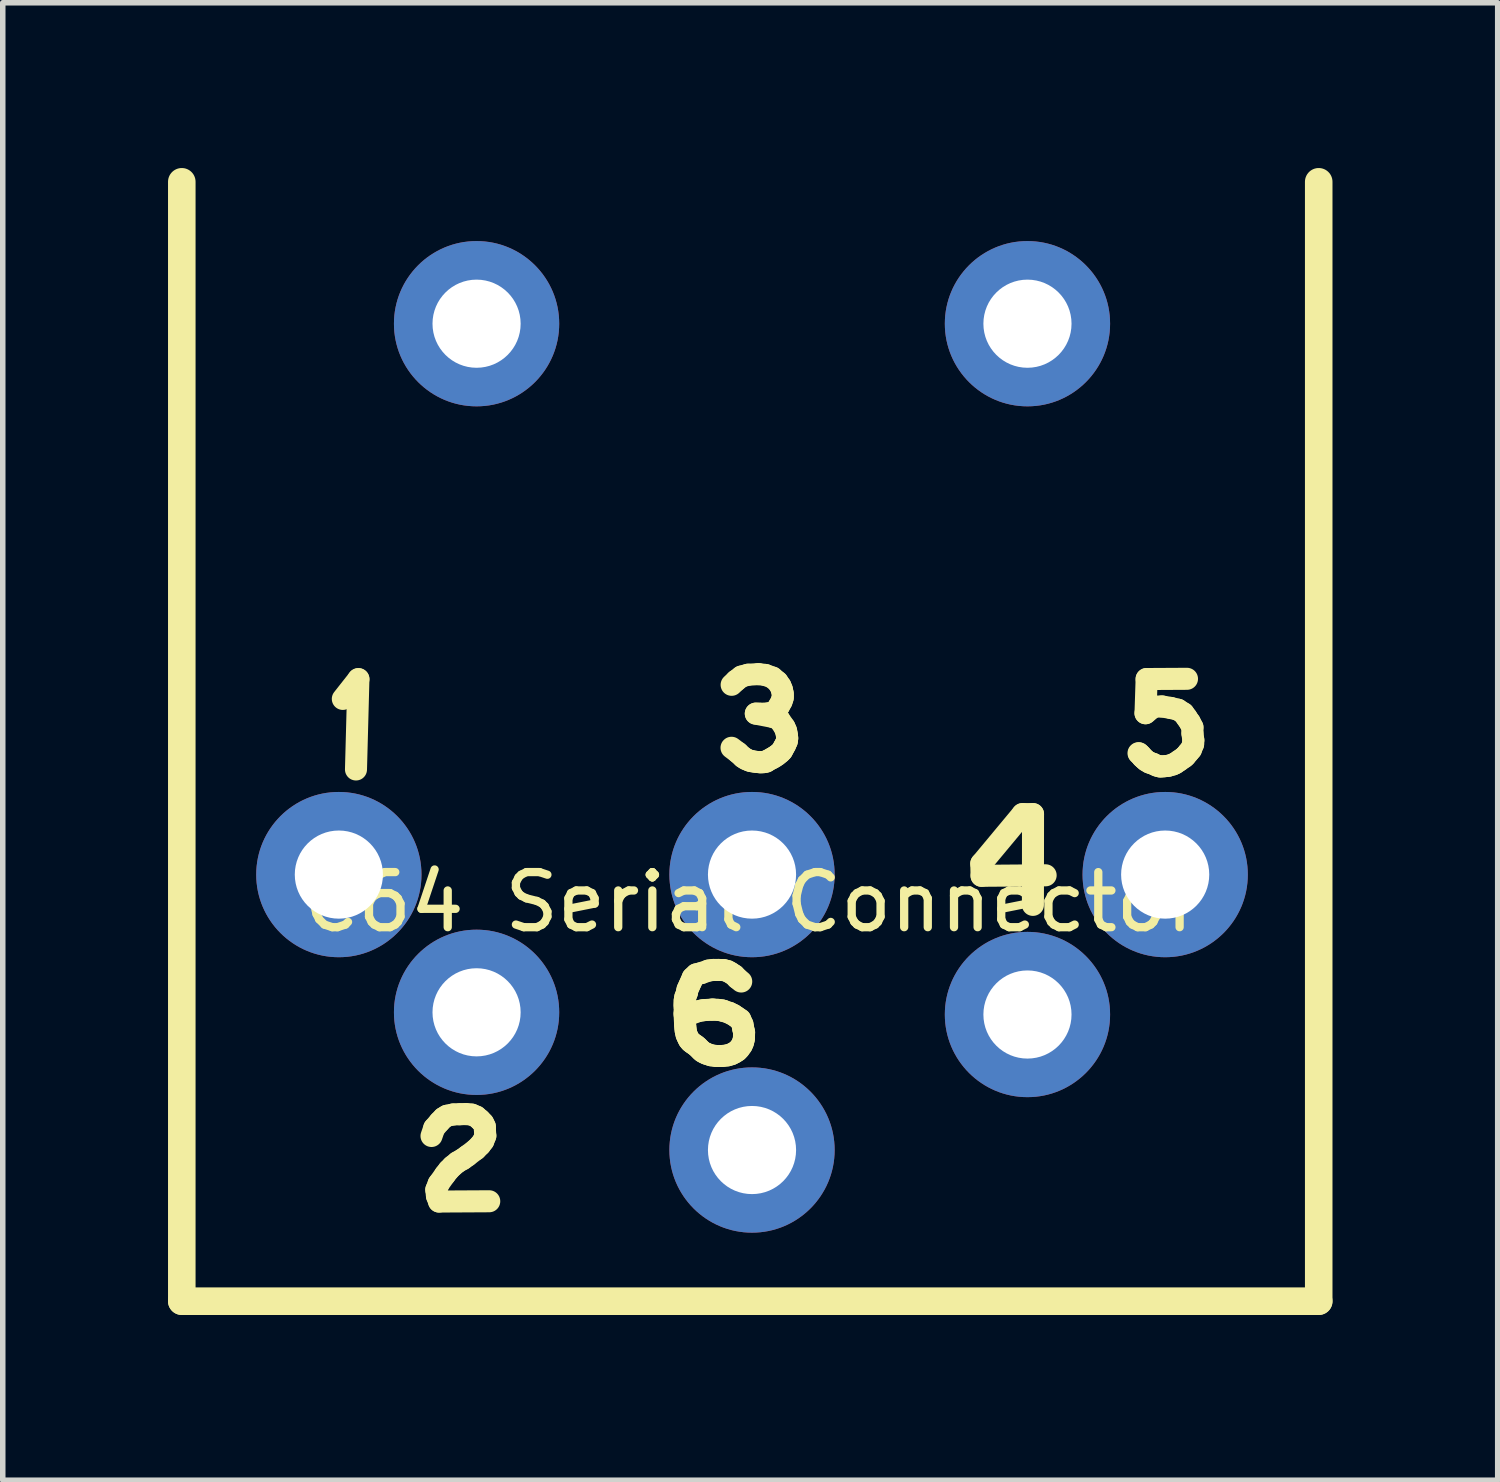
<source format=kicad_pcb>
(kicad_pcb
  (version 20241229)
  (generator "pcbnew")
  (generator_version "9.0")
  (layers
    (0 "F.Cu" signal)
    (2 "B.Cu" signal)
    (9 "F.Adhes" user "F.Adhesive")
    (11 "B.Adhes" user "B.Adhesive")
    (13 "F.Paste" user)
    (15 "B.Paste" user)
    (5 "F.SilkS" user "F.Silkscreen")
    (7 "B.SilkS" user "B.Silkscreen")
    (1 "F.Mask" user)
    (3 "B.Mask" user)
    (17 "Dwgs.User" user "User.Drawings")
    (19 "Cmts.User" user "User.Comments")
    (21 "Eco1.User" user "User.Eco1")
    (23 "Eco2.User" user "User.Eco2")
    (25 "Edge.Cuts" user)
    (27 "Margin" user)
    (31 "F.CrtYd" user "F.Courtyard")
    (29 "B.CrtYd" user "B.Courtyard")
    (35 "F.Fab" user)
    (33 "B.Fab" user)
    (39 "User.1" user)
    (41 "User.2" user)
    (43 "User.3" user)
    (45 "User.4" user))
  (footprint "C64 Serial Connector"
    (layer "F.Cu")
    (at 10.601 12.826)
    (property "Reference" "C64 Serial Connector" (at 0 0.5 0) (layer "F.SilkS") (effects (font (size 1 1) (thickness 0.15))))
    (attr through_hole)
    (fp_line (start -10.351 -12.576) (end -10.351 7.744) (stroke (width 0.5) (type solid)) (layer "F.SilkS"))
    (fp_line (start -10.351 7.744) (end 10.287 7.744) (stroke (width 0.5) (type solid)) (layer "F.SilkS"))
    (fp_line (start -7.428 -3.189) (end -7.145 -3.548) (stroke (width 0.4) (type solid)) (layer "F.SilkS"))
    (fp_line (start -7.145 -3.548) (end -7.189 -1.908) (stroke (width 0.4) (type solid)) (layer "F.SilkS"))
    (fp_line (start -5.818 4.745) (end -5.769 4.602) (stroke (width 0.4) (type solid)) (layer "F.SilkS"))
    (fp_line (start -5.769 4.602) (end -5.672 4.489) (stroke (width 0.4) (type solid)) (layer "F.SilkS"))
    (fp_line (start -5.731 5.721) (end -5.719 5.833) (stroke (width 0.4) (type solid)) (layer "F.SilkS"))
    (fp_line (start -5.719 5.833) (end -5.681 5.935) (stroke (width 0.4) (type solid)) (layer "F.SilkS"))
    (fp_line (start -5.689 5.612) (end -5.731 5.721) (stroke (width 0.4) (type solid)) (layer "F.SilkS"))
    (fp_line (start -5.681 5.935) (end -4.77 5.93) (stroke (width 0.4) (type solid)) (layer "F.SilkS"))
    (fp_line (start -5.672 4.489) (end -5.601 4.416) (stroke (width 0.4) (type solid)) (layer "F.SilkS"))
    (fp_line (start -5.601 4.416) (end -5.538 4.378) (stroke (width 0.4) (type solid)) (layer "F.SilkS"))
    (fp_line (start -5.571 5.447) (end -5.689 5.612) (stroke (width 0.4) (type solid)) (layer "F.SilkS"))
    (fp_line (start -5.538 4.378) (end -5.423 4.354) (stroke (width 0.4) (type solid)) (layer "F.SilkS"))
    (fp_line (start -5.507 5.365) (end -5.571 5.447) (stroke (width 0.4) (type solid)) (layer "F.SilkS"))
    (fp_line (start -5.437 5.294) (end -5.507 5.365) (stroke (width 0.4) (type solid)) (layer "F.SilkS"))
    (fp_line (start -5.423 4.354) (end -5.307 4.35) (stroke (width 0.4) (type solid)) (layer "F.SilkS"))
    (fp_line (start -5.347 5.221) (end -5.437 5.294) (stroke (width 0.4) (type solid)) (layer "F.SilkS"))
    (fp_line (start -5.307 4.35) (end -5.192 4.347) (stroke (width 0.4) (type solid)) (layer "F.SilkS"))
    (fp_line (start -5.25 5.165) (end -5.347 5.221) (stroke (width 0.4) (type solid)) (layer "F.SilkS"))
    (fp_line (start -5.192 4.347) (end -5.088 4.357) (stroke (width 0.4) (type solid)) (layer "F.SilkS"))
    (fp_line (start -5.168 5.106) (end -5.25 5.165) (stroke (width 0.4) (type solid)) (layer "F.SilkS"))
    (fp_line (start -5.088 4.357) (end -5.006 4.392) (stroke (width 0.4) (type solid)) (layer "F.SilkS"))
    (fp_line (start -5.013 4.988) (end -5.168 5.106) (stroke (width 0.4) (type solid)) (layer "F.SilkS"))
    (fp_line (start -5.006 4.392) (end -4.937 4.451) (stroke (width 0.4) (type solid)) (layer "F.SilkS"))
    (fp_line (start -4.937 4.451) (end -4.881 4.51) (stroke (width 0.4) (type solid)) (layer "F.SilkS"))
    (fp_line (start -4.935 4.91) (end -5.013 4.988) (stroke (width 0.4) (type solid)) (layer "F.SilkS"))
    (fp_line (start -4.881 4.51) (end -4.85 4.573) (stroke (width 0.4) (type solid)) (layer "F.SilkS"))
    (fp_line (start -4.878 4.835) (end -4.935 4.91) (stroke (width 0.4) (type solid)) (layer "F.SilkS"))
    (fp_line (start -4.85 4.573) (end -4.848 4.646) (stroke (width 0.4) (type solid)) (layer "F.SilkS"))
    (fp_line (start -4.848 4.646) (end -4.841 4.741) (stroke (width 0.4) (type solid)) (layer "F.SilkS"))
    (fp_line (start -4.841 4.741) (end -4.878 4.835) (stroke (width 0.4) (type solid)) (layer "F.SilkS"))
    (fp_line (start -1.224 2.356) (end -1.222 2.407) (stroke (width 0.4) (type solid)) (layer "F.SilkS"))
    (fp_line (start -1.224 2.537) (end -1.216 2.693) (stroke (width 0.4) (type solid)) (layer "F.SilkS"))
    (fp_line (start -1.222 2.287) (end -1.224 2.356) (stroke (width 0.4) (type solid)) (layer "F.SilkS"))
    (fp_line (start -1.222 2.407) (end -1.222 2.499) (stroke (width 0.4) (type solid)) (layer "F.SilkS"))
    (fp_line (start -1.222 2.499) (end -1.224 2.537) (stroke (width 0.4) (type solid)) (layer "F.SilkS"))
    (fp_line (start -1.216 2.693) (end -1.211 2.765) (stroke (width 0.4) (type solid)) (layer "F.SilkS"))
    (fp_line (start -1.211 2.224) (end -1.222 2.287) (stroke (width 0.4) (type solid)) (layer "F.SilkS"))
    (fp_line (start -1.211 2.765) (end -1.204 2.833) (stroke (width 0.4) (type solid)) (layer "F.SilkS"))
    (fp_line (start -1.204 2.833) (end -1.189 2.901) (stroke (width 0.4) (type solid)) (layer "F.SilkS"))
    (fp_line (start -1.189 2.901) (end -1.171 2.943) (stroke (width 0.4) (type solid)) (layer "F.SilkS"))
    (fp_line (start -1.18 2.139) (end -1.211 2.224) (stroke (width 0.4) (type solid)) (layer "F.SilkS"))
    (fp_line (start -1.171 2.086) (end -1.18 2.139) (stroke (width 0.4) (type solid)) (layer "F.SilkS"))
    (fp_line (start -1.171 2.943) (end -1.145 2.997) (stroke (width 0.4) (type solid)) (layer "F.SilkS"))
    (fp_line (start -1.145 2.997) (end -1.113 3.035) (stroke (width 0.4) (type solid)) (layer "F.SilkS"))
    (fp_line (start -1.137 2.01) (end -1.171 2.086) (stroke (width 0.4) (type solid)) (layer "F.SilkS"))
    (fp_line (start -1.113 3.035) (end -1.075 3.064) (stroke (width 0.4) (type solid)) (layer "F.SilkS"))
    (fp_line (start -1.106 1.943) (end -1.137 2.01) (stroke (width 0.4) (type solid)) (layer "F.SilkS"))
    (fp_line (start -1.077 1.872) (end -1.106 1.943) (stroke (width 0.4) (type solid)) (layer "F.SilkS"))
    (fp_line (start -1.075 3.064) (end -1.02 3.102) (stroke (width 0.4) (type solid)) (layer "F.SilkS"))
    (fp_line (start -1.02 3.102) (end -0.983 3.133) (stroke (width 0.4) (type solid)) (layer "F.SilkS"))
    (fp_line (start -1.012 1.811) (end -1.077 1.872) (stroke (width 0.4) (type solid)) (layer "F.SilkS"))
    (fp_line (start -1.002 2.485) (end -1.091 2.521) (stroke (width 0.4) (type solid)) (layer "F.SilkS"))
    (fp_line (start -0.983 3.133) (end -0.935 3.182) (stroke (width 0.4) (type solid)) (layer "F.SilkS"))
    (fp_line (start -0.935 3.182) (end -0.901 3.213) (stroke (width 0.4) (type solid)) (layer "F.SilkS"))
    (fp_line (start -0.924 1.789) (end -1.012 1.811) (stroke (width 0.4) (type solid)) (layer "F.SilkS"))
    (fp_line (start -0.901 3.213) (end -0.861 3.236) (stroke (width 0.4) (type solid)) (layer "F.SilkS"))
    (fp_line (start -0.895 2.463) (end -1.002 2.485) (stroke (width 0.4) (type solid)) (layer "F.SilkS"))
    (fp_line (start -0.861 3.236) (end -0.816 3.256) (stroke (width 0.4) (type solid)) (layer "F.SilkS"))
    (fp_line (start -0.838 2.458) (end -0.895 2.463) (stroke (width 0.4) (type solid)) (layer "F.SilkS"))
    (fp_line (start -0.816 3.256) (end -0.743 3.28) (stroke (width 0.4) (type solid)) (layer "F.SilkS"))
    (fp_line (start -0.789 1.742) (end -0.924 1.789) (stroke (width 0.4) (type solid)) (layer "F.SilkS"))
    (fp_line (start -0.743 3.28) (end -0.649 3.293) (stroke (width 0.4) (type solid)) (layer "F.SilkS"))
    (fp_line (start -0.738 2.452) (end -0.838 2.458) (stroke (width 0.4) (type solid)) (layer "F.SilkS"))
    (fp_line (start -0.705 2.45) (end -0.738 2.452) (stroke (width 0.4) (type solid)) (layer "F.SilkS"))
    (fp_line (start -0.704 1.731) (end -0.789 1.742) (stroke (width 0.4) (type solid)) (layer "F.SilkS"))
    (fp_line (start -0.649 3.293) (end -0.54 3.293) (stroke (width 0.4) (type solid)) (layer "F.SilkS"))
    (fp_line (start -0.618 2.456) (end -0.705 2.45) (stroke (width 0.4) (type solid)) (layer "F.SilkS"))
    (fp_line (start -0.611 1.731) (end -0.704 1.731) (stroke (width 0.4) (type solid)) (layer "F.SilkS"))
    (fp_line (start -0.546 2.466) (end -0.618 2.456) (stroke (width 0.4) (type solid)) (layer "F.SilkS"))
    (fp_line (start -0.54 3.293) (end -0.448 3.282) (stroke (width 0.4) (type solid)) (layer "F.SilkS"))
    (fp_line (start -0.52 2.472) (end -0.546 2.466) (stroke (width 0.4) (type solid)) (layer "F.SilkS"))
    (fp_line (start -0.515 1.733) (end -0.611 1.731) (stroke (width 0.4) (type solid)) (layer "F.SilkS"))
    (fp_line (start -0.448 3.282) (end -0.378 3.262) (stroke (width 0.4) (type solid)) (layer "F.SilkS"))
    (fp_line (start -0.446 1.751) (end -0.515 1.733) (stroke (width 0.4) (type solid)) (layer "F.SilkS"))
    (fp_line (start -0.41 2.51) (end -0.52 2.472) (stroke (width 0.4) (type solid)) (layer "F.SilkS"))
    (fp_line (start -0.39 1.782) (end -0.446 1.751) (stroke (width 0.4) (type solid)) (layer "F.SilkS"))
    (fp_line (start -0.378 3.262) (end -0.321 3.233) (stroke (width 0.4) (type solid)) (layer "F.SilkS"))
    (fp_line (start -0.37 -3.445) (end -0.287 -3.523) (stroke (width 0.4) (type solid)) (layer "F.SilkS"))
    (fp_line (start -0.338 2.546) (end -0.41 2.51) (stroke (width 0.4) (type solid)) (layer "F.SilkS"))
    (fp_line (start -0.321 1.827) (end -0.39 1.782) (stroke (width 0.4) (type solid)) (layer "F.SilkS"))
    (fp_line (start -0.321 3.233) (end -0.269 3.2) (stroke (width 0.4) (type solid)) (layer "F.SilkS"))
    (fp_line (start -0.287 -3.523) (end -0.192 -3.595) (stroke (width 0.4) (type solid)) (layer "F.SilkS"))
    (fp_line (start -0.276 2.588) (end -0.338 2.546) (stroke (width 0.4) (type solid)) (layer "F.SilkS"))
    (fp_line (start -0.269 1.881) (end -0.321 1.827) (stroke (width 0.4) (type solid)) (layer "F.SilkS"))
    (fp_line (start -0.269 3.2) (end -0.231 3.16) (stroke (width 0.4) (type solid)) (layer "F.SilkS"))
    (fp_line (start -0.254 -2.213) (end -0.372 -2.302) (stroke (width 0.4) (type solid)) (layer "F.SilkS"))
    (fp_line (start -0.231 3.16) (end -0.187 3.099) (stroke (width 0.4) (type solid)) (layer "F.SilkS"))
    (fp_line (start -0.213 2.631) (end -0.276 2.588) (stroke (width 0.4) (type solid)) (layer "F.SilkS"))
    (fp_line (start -0.196 1.941) (end -0.269 1.881) (stroke (width 0.4) (type solid)) (layer "F.SilkS"))
    (fp_line (start -0.192 -3.595) (end -0.073 -3.628) (stroke (width 0.4) (type solid)) (layer "F.SilkS"))
    (fp_line (start -0.187 3.099) (end -0.162 3.041) (stroke (width 0.4) (type solid)) (layer "F.SilkS"))
    (fp_line (start -0.173 2.72) (end -0.213 2.631) (stroke (width 0.4) (type solid)) (layer "F.SilkS"))
    (fp_line (start -0.163 -2.13) (end -0.254 -2.213) (stroke (width 0.4) (type solid)) (layer "F.SilkS"))
    (fp_line (start -0.162 3.041) (end -0.147 2.977) (stroke (width 0.4) (type solid)) (layer "F.SilkS"))
    (fp_line (start -0.16 2.796) (end -0.173 2.72) (stroke (width 0.4) (type solid)) (layer "F.SilkS"))
    (fp_line (start -0.147 2.977) (end -0.144 2.863) (stroke (width 0.4) (type solid)) (layer "F.SilkS"))
    (fp_line (start -0.144 2.863) (end -0.16 2.796) (stroke (width 0.4) (type solid)) (layer "F.SilkS"))
    (fp_line (start -0.111 -2.097) (end -0.163 -2.13) (stroke (width 0.4) (type solid)) (layer "F.SilkS"))
    (fp_line (start -0.073 -3.628) (end 0.117 -3.639) (stroke (width 0.4) (type solid)) (layer "F.SilkS"))
    (fp_line (start -0.049 -2.07) (end -0.111 -2.097) (stroke (width 0.4) (type solid)) (layer "F.SilkS"))
    (fp_line (start -0.008 -2.059) (end -0.049 -2.07) (stroke (width 0.4) (type solid)) (layer "F.SilkS"))
    (fp_line (start 0.059 -2.048) (end -0.008 -2.059) (stroke (width 0.4) (type solid)) (layer "F.SilkS"))
    (fp_line (start 0.069 -2.922) (end 0.387 -2.86) (stroke (width 0.4) (type solid)) (layer "F.SilkS"))
    (fp_line (start 0.117 -3.639) (end 0.242 -3.624) (stroke (width 0.4) (type solid)) (layer "F.SilkS"))
    (fp_line (start 0.128 -2.041) (end 0.059 -2.048) (stroke (width 0.4) (type solid)) (layer "F.SilkS"))
    (fp_line (start 0.132 -2.92) (end 0.069 -2.922) (stroke (width 0.4) (type solid)) (layer "F.SilkS"))
    (fp_line (start 0.161 -2.039) (end 0.128 -2.041) (stroke (width 0.4) (type solid)) (layer "F.SilkS"))
    (fp_line (start 0.208 -2.041) (end 0.161 -2.039) (stroke (width 0.4) (type solid)) (layer "F.SilkS"))
    (fp_line (start 0.242 -3.624) (end 0.371 -3.577) (stroke (width 0.4) (type solid)) (layer "F.SilkS"))
    (fp_line (start 0.255 -2.05) (end 0.208 -2.041) (stroke (width 0.4) (type solid)) (layer "F.SilkS"))
    (fp_line (start 0.282 -2.923) (end 0.132 -2.92) (stroke (width 0.4) (type solid)) (layer "F.SilkS"))
    (fp_line (start 0.286 -2.07) (end 0.255 -2.05) (stroke (width 0.4) (type solid)) (layer "F.SilkS"))
    (fp_line (start 0.358 -2.108) (end 0.286 -2.07) (stroke (width 0.4) (type solid)) (layer "F.SilkS"))
    (fp_line (start 0.371 -3.577) (end 0.462 -3.501) (stroke (width 0.4) (type solid)) (layer "F.SilkS"))
    (fp_line (start 0.384 -2.947) (end 0.282 -2.923) (stroke (width 0.4) (type solid)) (layer "F.SilkS"))
    (fp_line (start 0.387 -2.86) (end 0.489 -2.822) (stroke (width 0.4) (type solid)) (layer "F.SilkS"))
    (fp_line (start 0.405 -2.135) (end 0.358 -2.108) (stroke (width 0.4) (type solid)) (layer "F.SilkS"))
    (fp_line (start 0.44 -2.981) (end 0.384 -2.947) (stroke (width 0.4) (type solid)) (layer "F.SilkS"))
    (fp_line (start 0.454 -2.168) (end 0.405 -2.135) (stroke (width 0.4) (type solid)) (layer "F.SilkS"))
    (fp_line (start 0.462 -3.501) (end 0.516 -3.423) (stroke (width 0.4) (type solid)) (layer "F.SilkS"))
    (fp_line (start 0.489 -3.058) (end 0.44 -2.981) (stroke (width 0.4) (type solid)) (layer "F.SilkS"))
    (fp_line (start 0.489 -2.822) (end 0.59 -2.675) (stroke (width 0.4) (type solid)) (layer "F.SilkS"))
    (fp_line (start 0.51 -2.213) (end 0.454 -2.168) (stroke (width 0.4) (type solid)) (layer "F.SilkS"))
    (fp_line (start 0.516 -3.423) (end 0.543 -3.356) (stroke (width 0.4) (type solid)) (layer "F.SilkS"))
    (fp_line (start 0.536 -3.144) (end 0.489 -3.058) (stroke (width 0.4) (type solid)) (layer "F.SilkS"))
    (fp_line (start 0.543 -3.356) (end 0.558 -3.284) (stroke (width 0.4) (type solid)) (layer "F.SilkS"))
    (fp_line (start 0.545 -2.249) (end 0.51 -2.213) (stroke (width 0.4) (type solid)) (layer "F.SilkS"))
    (fp_line (start 0.558 -3.284) (end 0.558 -3.212) (stroke (width 0.4) (type solid)) (layer "F.SilkS"))
    (fp_line (start 0.558 -3.212) (end 0.536 -3.144) (stroke (width 0.4) (type solid)) (layer "F.SilkS"))
    (fp_line (start 0.576 -2.308) (end 0.545 -2.249) (stroke (width 0.4) (type solid)) (layer "F.SilkS"))
    (fp_line (start 0.59 -2.675) (end 0.619 -2.608) (stroke (width 0.4) (type solid)) (layer "F.SilkS"))
    (fp_line (start 0.603 -2.356) (end 0.576 -2.308) (stroke (width 0.4) (type solid)) (layer "F.SilkS"))
    (fp_line (start 0.619 -2.608) (end 0.632 -2.538) (stroke (width 0.4) (type solid)) (layer "F.SilkS"))
    (fp_line (start 0.632 -2.538) (end 0.639 -2.476) (stroke (width 0.4) (type solid)) (layer "F.SilkS"))
    (fp_line (start 0.632 -2.422) (end 0.603 -2.356) (stroke (width 0.4) (type solid)) (layer "F.SilkS"))
    (fp_line (start 0.639 -2.476) (end 0.632 -2.422) (stroke (width 0.4) (type solid)) (layer "F.SilkS"))
    (fp_line (start 4.162 -0.199) (end 4.91 -1.098) (stroke (width 0.4) (type solid)) (layer "F.SilkS"))
    (fp_line (start 4.167 0.022) (end 4.162 -0.199) (stroke (width 0.4) (type solid)) (layer "F.SilkS"))
    (fp_line (start 4.91 -1.098) (end 5.101 -1.098) (stroke (width 0.4) (type solid)) (layer "F.SilkS"))
    (fp_line (start 5.101 -1.098) (end 5.099 0.55) (stroke (width 0.4) (type solid)) (layer "F.SilkS"))
    (fp_line (start 5.33 0.013) (end 4.167 0.022) (stroke (width 0.4) (type solid)) (layer "F.SilkS"))
    (fp_line (start 7.024 -2.2) (end 7.016 -2.204) (stroke (width 0.4) (type solid)) (layer "F.SilkS"))
    (fp_line (start 7.06 -2.165) (end 7.024 -2.2) (stroke (width 0.4) (type solid)) (layer "F.SilkS"))
    (fp_line (start 7.084 -2.133) (end 7.06 -2.165) (stroke (width 0.4) (type solid)) (layer "F.SilkS"))
    (fp_line (start 7.115 -2.105) (end 7.084 -2.133) (stroke (width 0.4) (type solid)) (layer "F.SilkS"))
    (fp_line (start 7.143 -2.929) (end 7.291 -3.048) (stroke (width 0.4) (type solid)) (layer "F.SilkS"))
    (fp_line (start 7.155 -2.069) (end 7.115 -2.105) (stroke (width 0.4) (type solid)) (layer "F.SilkS"))
    (fp_line (start 7.163 -3.55) (end 7.143 -2.929) (stroke (width 0.4) (type solid)) (layer "F.SilkS"))
    (fp_line (start 7.215 -2.033) (end 7.155 -2.069) (stroke (width 0.4) (type solid)) (layer "F.SilkS"))
    (fp_line (start 7.275 -2.013) (end 7.215 -2.033) (stroke (width 0.4) (type solid)) (layer "F.SilkS"))
    (fp_line (start 7.291 -3.048) (end 7.442 -3.052) (stroke (width 0.4) (type solid)) (layer "F.SilkS"))
    (fp_line (start 7.35 -1.978) (end 7.275 -2.013) (stroke (width 0.4) (type solid)) (layer "F.SilkS"))
    (fp_line (start 7.41 -1.962) (end 7.35 -1.978) (stroke (width 0.4) (type solid)) (layer "F.SilkS"))
    (fp_line (start 7.442 -3.052) (end 7.601 -3.025) (stroke (width 0.4) (type solid)) (layer "F.SilkS"))
    (fp_line (start 7.474 -1.966) (end 7.41 -1.962) (stroke (width 0.4) (type solid)) (layer "F.SilkS"))
    (fp_line (start 7.553 -1.974) (end 7.474 -1.966) (stroke (width 0.4) (type solid)) (layer "F.SilkS"))
    (fp_line (start 7.601 -3.025) (end 7.732 -2.993) (stroke (width 0.4) (type solid)) (layer "F.SilkS"))
    (fp_line (start 7.637 -1.998) (end 7.553 -1.974) (stroke (width 0.4) (type solid)) (layer "F.SilkS"))
    (fp_line (start 7.685 -2.021) (end 7.637 -1.998) (stroke (width 0.4) (type solid)) (layer "F.SilkS"))
    (fp_line (start 7.732 -2.993) (end 7.832 -2.929) (stroke (width 0.4) (type solid)) (layer "F.SilkS"))
    (fp_line (start 7.756 -2.069) (end 7.685 -2.021) (stroke (width 0.4) (type solid)) (layer "F.SilkS"))
    (fp_line (start 7.832 -2.929) (end 7.888 -2.853) (stroke (width 0.4) (type solid)) (layer "F.SilkS"))
    (fp_line (start 7.836 -2.125) (end 7.756 -2.069) (stroke (width 0.4) (type solid)) (layer "F.SilkS"))
    (fp_line (start 7.868 -2.153) (end 7.836 -2.125) (stroke (width 0.4) (type solid)) (layer "F.SilkS"))
    (fp_line (start 7.888 -2.853) (end 7.947 -2.766) (stroke (width 0.4) (type solid)) (layer "F.SilkS"))
    (fp_line (start 7.896 -3.554) (end 7.163 -3.55) (stroke (width 0.4) (type solid)) (layer "F.SilkS"))
    (fp_line (start 7.92 -2.216) (end 7.868 -2.153) (stroke (width 0.4) (type solid)) (layer "F.SilkS"))
    (fp_line (start 7.947 -2.766) (end 7.995 -2.674) (stroke (width 0.4) (type solid)) (layer "F.SilkS"))
    (fp_line (start 7.968 -2.272) (end 7.92 -2.216) (stroke (width 0.4) (type solid)) (layer "F.SilkS"))
    (fp_line (start 7.995 -2.674) (end 7.995 -2.563) (stroke (width 0.4) (type solid)) (layer "F.SilkS"))
    (fp_line (start 7.995 -2.563) (end 8.011 -2.439) (stroke (width 0.4) (type solid)) (layer "F.SilkS"))
    (fp_line (start 8.007 -2.368) (end 7.968 -2.272) (stroke (width 0.4) (type solid)) (layer "F.SilkS"))
    (fp_line (start 8.011 -2.439) (end 8.007 -2.368) (stroke (width 0.4) (type solid)) (layer "F.SilkS"))
    (fp_line (start 10.287 7.744) (end 10.287 -12.576) (stroke (width 0.5) (type solid)) (layer "F.SilkS"))
    (pad "1" thru_hole circle (at -7.5 0) (size 3 3) (drill 1.6) (layers "*.Cu" "*.Mask"))
    (pad "2" thru_hole circle (at -5 -10) (size 3 3) (drill 1.6) (layers "*.Cu" "*.Mask"))
    (pad "2" thru_hole circle (at -5 2.5) (size 3 3) (drill 1.6) (layers "*.Cu" "*.Mask"))
    (pad "2" thru_hole circle (at 5 -10) (size 3 3) (drill 1.6) (layers "*.Cu" "*.Mask"))
    (pad "3" thru_hole circle (at 0 0) (size 3 3) (drill 1.6) (layers "*.Cu" "*.Mask"))
    (pad "4" thru_hole circle (at 5 2.54) (size 3 3) (drill 1.6) (layers "*.Cu" "*.Mask"))
    (pad "5" thru_hole circle (at 7.5 0) (size 3 3) (drill 1.6) (layers "*.Cu" "*.Mask"))
    (pad "6" thru_hole circle (at 0 5) (size 3 3) (drill 1.6) (layers "*.Cu" "*.Mask")))
  (gr_rect
    (start -3 -3)
    (end 24.137 23.82)
    (stroke (width 0.1) (type default))
    (fill no)
    (layer "Edge.Cuts")))
</source>
